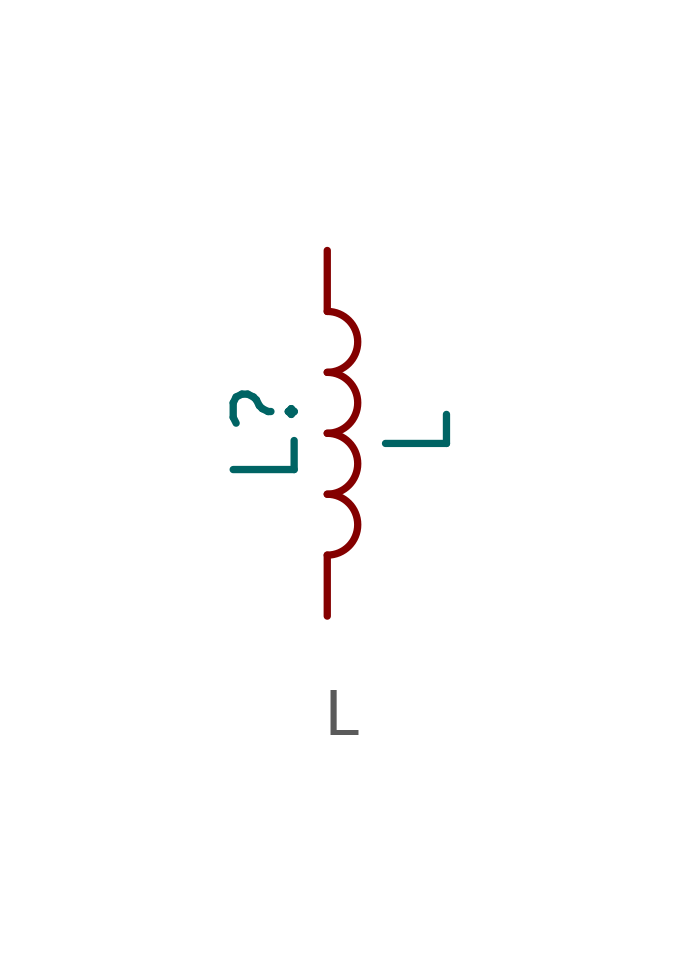
<source format=kicad_sym>
(kicad_symbol_lib
  (version 20231120)
  (generator "kicad_symbol_editor")
  (generator_version "8.0")
  (symbol "L"
    (pin_numbers hide)
    (pin_names
      (offset 1.016) hide)
    (property "Reference" "L"
      (at -1.27 0 90)
      (effects (font (size 1.27 1.27))))
    (property "Value" "L"
      (at 1.905 0 90)
      (effects (font (size 1.27 1.27))))
    (symbol "L_0_1"
      (arc (start 0 -2.54) (mid 0.6323 -1.905) (end 0 -1.27) (stroke (width 0) (type solid)) (fill (type none)))
      (arc (start 0 -1.27) (mid 0.6323 -0.635) (end 0 0) (stroke (width 0) (type solid)) (fill (type none)))
      (arc (start 0 0) (mid 0.6323 0.635) (end 0 1.27) (stroke (width 0) (type solid)) (fill (type none)))
      (arc (start 0 1.27) (mid 0.6323 1.905) (end 0 2.54) (stroke (width 0) (type solid)) (fill (type none))))
    (symbol "L_1_1"
      (pin passive line (at 0 3.81 270) (length 1.27) (name "1" (effects (font (size 1.27 1.27)))) (number "1" (effects (font (size 1.27 1.27)))))
      (pin passive line (at 0 -3.81 90) (length 1.27) (name "2" (effects (font (size 1.27 1.27)))) (number "2" (effects (font (size 1.27 1.27))))))))
</source>
